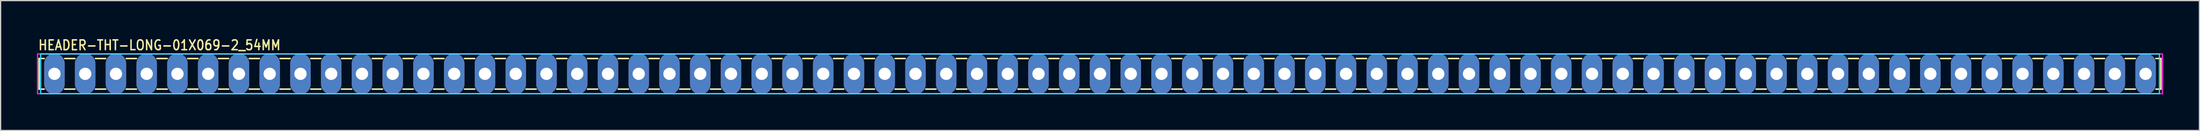
<source format=kicad_pcb>
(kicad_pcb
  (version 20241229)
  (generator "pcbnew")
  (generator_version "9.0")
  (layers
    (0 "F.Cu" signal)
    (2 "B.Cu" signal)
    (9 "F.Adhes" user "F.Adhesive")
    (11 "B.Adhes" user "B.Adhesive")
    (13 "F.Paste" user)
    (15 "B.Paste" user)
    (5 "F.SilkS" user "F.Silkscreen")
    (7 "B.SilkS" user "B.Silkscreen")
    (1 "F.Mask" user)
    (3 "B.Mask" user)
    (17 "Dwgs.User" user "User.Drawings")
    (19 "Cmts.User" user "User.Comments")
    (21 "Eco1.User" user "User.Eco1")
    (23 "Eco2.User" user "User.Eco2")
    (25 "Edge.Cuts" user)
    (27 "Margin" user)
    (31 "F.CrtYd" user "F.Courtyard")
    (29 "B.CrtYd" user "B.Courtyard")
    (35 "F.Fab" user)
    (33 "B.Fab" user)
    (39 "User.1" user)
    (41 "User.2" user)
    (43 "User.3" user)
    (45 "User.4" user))
  (footprint "HEADER-THT-LONG-01X069-2_54MM"
    (layer "F.Cu")
    (at 1.447 3.079)
    (property "Reference" "HEADER-THT-LONG-01X069-2_54MM" (at -1.4 -1.9 0) (unlocked yes) (layer "F.SilkS") (effects (font (size 0.813 0.695) (thickness 0.122)) (justify left bottom)))
    (fp_line (start -1.27 -1.27) (end -1.27 1.27) (stroke (width 0.127) (type solid)) (layer "F.SilkS"))
    (fp_line (start -1.27 1.27) (end -0.85 1.27) (stroke (width 0.127) (type solid)) (layer "F.SilkS"))
    (fp_line (start -0.85 -1.27) (end -1.27 -1.27) (stroke (width 0.127) (type solid)) (layer "F.SilkS"))
    (fp_line (start 0.85 -1.27) (end 1.69 -1.27) (stroke (width 0.127) (type solid)) (layer "F.SilkS"))
    (fp_line (start 0.85 1.27) (end 1.69 1.27) (stroke (width 0.127) (type solid)) (layer "F.SilkS"))
    (fp_line (start 3.39 -1.27) (end 4.23 -1.27) (stroke (width 0.127) (type solid)) (layer "F.SilkS"))
    (fp_line (start 3.39 1.27) (end 4.23 1.27) (stroke (width 0.127) (type solid)) (layer "F.SilkS"))
    (fp_line (start 5.93 -1.27) (end 6.77 -1.27) (stroke (width 0.127) (type solid)) (layer "F.SilkS"))
    (fp_line (start 5.93 1.27) (end 6.77 1.27) (stroke (width 0.127) (type solid)) (layer "F.SilkS"))
    (fp_line (start 8.47 -1.27) (end 9.31 -1.27) (stroke (width 0.127) (type solid)) (layer "F.SilkS"))
    (fp_line (start 8.47 1.27) (end 9.31 1.27) (stroke (width 0.127) (type solid)) (layer "F.SilkS"))
    (fp_line (start 11.01 -1.27) (end 11.85 -1.27) (stroke (width 0.127) (type solid)) (layer "F.SilkS"))
    (fp_line (start 11.01 1.27) (end 11.85 1.27) (stroke (width 0.127) (type solid)) (layer "F.SilkS"))
    (fp_line (start 13.55 -1.27) (end 14.39 -1.27) (stroke (width 0.127) (type solid)) (layer "F.SilkS"))
    (fp_line (start 13.55 1.27) (end 14.39 1.27) (stroke (width 0.127) (type solid)) (layer "F.SilkS"))
    (fp_line (start 16.09 -1.27) (end 16.93 -1.27) (stroke (width 0.127) (type solid)) (layer "F.SilkS"))
    (fp_line (start 16.09 1.27) (end 16.93 1.27) (stroke (width 0.127) (type solid)) (layer "F.SilkS"))
    (fp_line (start 18.63 -1.27) (end 19.47 -1.27) (stroke (width 0.127) (type solid)) (layer "F.SilkS"))
    (fp_line (start 18.63 1.27) (end 19.47 1.27) (stroke (width 0.127) (type solid)) (layer "F.SilkS"))
    (fp_line (start 21.17 -1.27) (end 22.01 -1.27) (stroke (width 0.127) (type solid)) (layer "F.SilkS"))
    (fp_line (start 21.17 1.27) (end 22.01 1.27) (stroke (width 0.127) (type solid)) (layer "F.SilkS"))
    (fp_line (start 23.71 -1.27) (end 24.55 -1.27) (stroke (width 0.127) (type solid)) (layer "F.SilkS"))
    (fp_line (start 23.71 1.27) (end 24.55 1.27) (stroke (width 0.127) (type solid)) (layer "F.SilkS"))
    (fp_line (start 26.25 -1.27) (end 27.09 -1.27) (stroke (width 0.127) (type solid)) (layer "F.SilkS"))
    (fp_line (start 26.25 1.27) (end 27.09 1.27) (stroke (width 0.127) (type solid)) (layer "F.SilkS"))
    (fp_line (start 28.79 -1.27) (end 29.63 -1.27) (stroke (width 0.127) (type solid)) (layer "F.SilkS"))
    (fp_line (start 28.79 1.27) (end 29.63 1.27) (stroke (width 0.127) (type solid)) (layer "F.SilkS"))
    (fp_line (start 31.33 -1.27) (end 32.17 -1.27) (stroke (width 0.127) (type solid)) (layer "F.SilkS"))
    (fp_line (start 31.33 1.27) (end 32.17 1.27) (stroke (width 0.127) (type solid)) (layer "F.SilkS"))
    (fp_line (start 33.87 -1.27) (end 34.71 -1.27) (stroke (width 0.127) (type solid)) (layer "F.SilkS"))
    (fp_line (start 33.87 1.27) (end 34.71 1.27) (stroke (width 0.127) (type solid)) (layer "F.SilkS"))
    (fp_line (start 36.41 -1.27) (end 37.25 -1.27) (stroke (width 0.127) (type solid)) (layer "F.SilkS"))
    (fp_line (start 36.41 1.27) (end 37.25 1.27) (stroke (width 0.127) (type solid)) (layer "F.SilkS"))
    (fp_line (start 38.95 -1.27) (end 39.79 -1.27) (stroke (width 0.127) (type solid)) (layer "F.SilkS"))
    (fp_line (start 38.95 1.27) (end 39.79 1.27) (stroke (width 0.127) (type solid)) (layer "F.SilkS"))
    (fp_line (start 41.49 -1.27) (end 42.33 -1.27) (stroke (width 0.127) (type solid)) (layer "F.SilkS"))
    (fp_line (start 41.49 1.27) (end 42.33 1.27) (stroke (width 0.127) (type solid)) (layer "F.SilkS"))
    (fp_line (start 44.03 -1.27) (end 44.87 -1.27) (stroke (width 0.127) (type solid)) (layer "F.SilkS"))
    (fp_line (start 44.03 1.27) (end 44.87 1.27) (stroke (width 0.127) (type solid)) (layer "F.SilkS"))
    (fp_line (start 46.57 -1.27) (end 47.41 -1.27) (stroke (width 0.127) (type solid)) (layer "F.SilkS"))
    (fp_line (start 46.57 1.27) (end 47.41 1.27) (stroke (width 0.127) (type solid)) (layer "F.SilkS"))
    (fp_line (start 49.11 -1.27) (end 49.95 -1.27) (stroke (width 0.127) (type solid)) (layer "F.SilkS"))
    (fp_line (start 49.11 1.27) (end 49.95 1.27) (stroke (width 0.127) (type solid)) (layer "F.SilkS"))
    (fp_line (start 51.65 -1.27) (end 52.49 -1.27) (stroke (width 0.127) (type solid)) (layer "F.SilkS"))
    (fp_line (start 51.65 1.27) (end 52.49 1.27) (stroke (width 0.127) (type solid)) (layer "F.SilkS"))
    (fp_line (start 54.19 -1.27) (end 55.03 -1.27) (stroke (width 0.127) (type solid)) (layer "F.SilkS"))
    (fp_line (start 54.19 1.27) (end 55.03 1.27) (stroke (width 0.127) (type solid)) (layer "F.SilkS"))
    (fp_line (start 56.73 -1.27) (end 57.57 -1.27) (stroke (width 0.127) (type solid)) (layer "F.SilkS"))
    (fp_line (start 56.73 1.27) (end 57.57 1.27) (stroke (width 0.127) (type solid)) (layer "F.SilkS"))
    (fp_line (start 59.27 -1.27) (end 60.11 -1.27) (stroke (width 0.127) (type solid)) (layer "F.SilkS"))
    (fp_line (start 59.27 1.27) (end 60.11 1.27) (stroke (width 0.127) (type solid)) (layer "F.SilkS"))
    (fp_line (start 61.81 -1.27) (end 62.65 -1.27) (stroke (width 0.127) (type solid)) (layer "F.SilkS"))
    (fp_line (start 61.81 1.27) (end 62.65 1.27) (stroke (width 0.127) (type solid)) (layer "F.SilkS"))
    (fp_line (start 64.35 -1.27) (end 65.19 -1.27) (stroke (width 0.127) (type solid)) (layer "F.SilkS"))
    (fp_line (start 64.35 1.27) (end 65.19 1.27) (stroke (width 0.127) (type solid)) (layer "F.SilkS"))
    (fp_line (start 66.89 -1.27) (end 67.73 -1.27) (stroke (width 0.127) (type solid)) (layer "F.SilkS"))
    (fp_line (start 66.89 1.27) (end 67.73 1.27) (stroke (width 0.127) (type solid)) (layer "F.SilkS"))
    (fp_line (start 69.43 -1.27) (end 70.27 -1.27) (stroke (width 0.127) (type solid)) (layer "F.SilkS"))
    (fp_line (start 69.43 1.27) (end 70.27 1.27) (stroke (width 0.127) (type solid)) (layer "F.SilkS"))
    (fp_line (start 71.97 -1.27) (end 72.81 -1.27) (stroke (width 0.127) (type solid)) (layer "F.SilkS"))
    (fp_line (start 71.97 1.27) (end 72.81 1.27) (stroke (width 0.127) (type solid)) (layer "F.SilkS"))
    (fp_line (start 74.51 -1.27) (end 75.35 -1.27) (stroke (width 0.127) (type solid)) (layer "F.SilkS"))
    (fp_line (start 74.51 1.27) (end 75.35 1.27) (stroke (width 0.127) (type solid)) (layer "F.SilkS"))
    (fp_line (start 77.05 -1.27) (end 77.89 -1.27) (stroke (width 0.127) (type solid)) (layer "F.SilkS"))
    (fp_line (start 77.05 1.27) (end 77.89 1.27) (stroke (width 0.127) (type solid)) (layer "F.SilkS"))
    (fp_line (start 79.59 -1.27) (end 80.43 -1.27) (stroke (width 0.127) (type solid)) (layer "F.SilkS"))
    (fp_line (start 79.59 1.27) (end 80.43 1.27) (stroke (width 0.127) (type solid)) (layer "F.SilkS"))
    (fp_line (start 82.13 -1.27) (end 82.97 -1.27) (stroke (width 0.127) (type solid)) (layer "F.SilkS"))
    (fp_line (start 82.13 1.27) (end 82.97 1.27) (stroke (width 0.127) (type solid)) (layer "F.SilkS"))
    (fp_line (start 84.67 -1.27) (end 85.51 -1.27) (stroke (width 0.127) (type solid)) (layer "F.SilkS"))
    (fp_line (start 84.67 1.27) (end 85.51 1.27) (stroke (width 0.127) (type solid)) (layer "F.SilkS"))
    (fp_line (start 87.21 -1.27) (end 88.05 -1.27) (stroke (width 0.127) (type solid)) (layer "F.SilkS"))
    (fp_line (start 87.21 1.27) (end 88.05 1.27) (stroke (width 0.127) (type solid)) (layer "F.SilkS"))
    (fp_line (start 89.75 -1.27) (end 90.59 -1.27) (stroke (width 0.127) (type solid)) (layer "F.SilkS"))
    (fp_line (start 89.75 1.27) (end 90.59 1.27) (stroke (width 0.127) (type solid)) (layer "F.SilkS"))
    (fp_line (start 92.29 -1.27) (end 93.13 -1.27) (stroke (width 0.127) (type solid)) (layer "F.SilkS"))
    (fp_line (start 92.29 1.27) (end 93.13 1.27) (stroke (width 0.127) (type solid)) (layer "F.SilkS"))
    (fp_line (start 94.83 -1.27) (end 95.67 -1.27) (stroke (width 0.127) (type solid)) (layer "F.SilkS"))
    (fp_line (start 94.83 1.27) (end 95.67 1.27) (stroke (width 0.127) (type solid)) (layer "F.SilkS"))
    (fp_line (start 97.37 -1.27) (end 98.21 -1.27) (stroke (width 0.127) (type solid)) (layer "F.SilkS"))
    (fp_line (start 97.37 1.27) (end 98.21 1.27) (stroke (width 0.127) (type solid)) (layer "F.SilkS"))
    (fp_line (start 99.91 -1.27) (end 100.75 -1.27) (stroke (width 0.127) (type solid)) (layer "F.SilkS"))
    (fp_line (start 99.91 1.27) (end 100.75 1.27) (stroke (width 0.127) (type solid)) (layer "F.SilkS"))
    (fp_line (start 102.45 -1.27) (end 103.29 -1.27) (stroke (width 0.127) (type solid)) (layer "F.SilkS"))
    (fp_line (start 102.45 1.27) (end 103.29 1.27) (stroke (width 0.127) (type solid)) (layer "F.SilkS"))
    (fp_line (start 104.99 -1.27) (end 105.83 -1.27) (stroke (width 0.127) (type solid)) (layer "F.SilkS"))
    (fp_line (start 104.99 1.27) (end 105.83 1.27) (stroke (width 0.127) (type solid)) (layer "F.SilkS"))
    (fp_line (start 107.53 -1.27) (end 108.37 -1.27) (stroke (width 0.127) (type solid)) (layer "F.SilkS"))
    (fp_line (start 107.53 1.27) (end 108.37 1.27) (stroke (width 0.127) (type solid)) (layer "F.SilkS"))
    (fp_line (start 110.07 -1.27) (end 110.91 -1.27) (stroke (width 0.127) (type solid)) (layer "F.SilkS"))
    (fp_line (start 110.07 1.27) (end 110.91 1.27) (stroke (width 0.127) (type solid)) (layer "F.SilkS"))
    (fp_line (start 112.61 -1.27) (end 113.45 -1.27) (stroke (width 0.127) (type solid)) (layer "F.SilkS"))
    (fp_line (start 112.61 1.27) (end 113.45 1.27) (stroke (width 0.127) (type solid)) (layer "F.SilkS"))
    (fp_line (start 115.15 -1.27) (end 115.99 -1.27) (stroke (width 0.127) (type solid)) (layer "F.SilkS"))
    (fp_line (start 115.15 1.27) (end 115.99 1.27) (stroke (width 0.127) (type solid)) (layer "F.SilkS"))
    (fp_line (start 117.69 -1.27) (end 118.53 -1.27) (stroke (width 0.127) (type solid)) (layer "F.SilkS"))
    (fp_line (start 117.69 1.27) (end 118.53 1.27) (stroke (width 0.127) (type solid)) (layer "F.SilkS"))
    (fp_line (start 120.23 -1.27) (end 121.07 -1.27) (stroke (width 0.127) (type solid)) (layer "F.SilkS"))
    (fp_line (start 120.23 1.27) (end 121.07 1.27) (stroke (width 0.127) (type solid)) (layer "F.SilkS"))
    (fp_line (start 122.77 -1.27) (end 123.61 -1.27) (stroke (width 0.127) (type solid)) (layer "F.SilkS"))
    (fp_line (start 122.77 1.27) (end 123.61 1.27) (stroke (width 0.127) (type solid)) (layer "F.SilkS"))
    (fp_line (start 125.31 -1.27) (end 126.15 -1.27) (stroke (width 0.127) (type solid)) (layer "F.SilkS"))
    (fp_line (start 125.31 1.27) (end 126.15 1.27) (stroke (width 0.127) (type solid)) (layer "F.SilkS"))
    (fp_line (start 127.85 -1.27) (end 128.69 -1.27) (stroke (width 0.127) (type solid)) (layer "F.SilkS"))
    (fp_line (start 127.85 1.27) (end 128.69 1.27) (stroke (width 0.127) (type solid)) (layer "F.SilkS"))
    (fp_line (start 130.39 -1.27) (end 131.23 -1.27) (stroke (width 0.127) (type solid)) (layer "F.SilkS"))
    (fp_line (start 130.39 1.27) (end 131.23 1.27) (stroke (width 0.127) (type solid)) (layer "F.SilkS"))
    (fp_line (start 132.93 -1.27) (end 133.77 -1.27) (stroke (width 0.127) (type solid)) (layer "F.SilkS"))
    (fp_line (start 132.93 1.27) (end 133.77 1.27) (stroke (width 0.127) (type solid)) (layer "F.SilkS"))
    (fp_line (start 135.47 -1.27) (end 136.31 -1.27) (stroke (width 0.127) (type solid)) (layer "F.SilkS"))
    (fp_line (start 135.47 1.27) (end 136.31 1.27) (stroke (width 0.127) (type solid)) (layer "F.SilkS"))
    (fp_line (start 138.01 -1.27) (end 138.85 -1.27) (stroke (width 0.127) (type solid)) (layer "F.SilkS"))
    (fp_line (start 138.01 1.27) (end 138.85 1.27) (stroke (width 0.127) (type solid)) (layer "F.SilkS"))
    (fp_line (start 140.55 -1.27) (end 141.39 -1.27) (stroke (width 0.127) (type solid)) (layer "F.SilkS"))
    (fp_line (start 140.55 1.27) (end 141.39 1.27) (stroke (width 0.127) (type solid)) (layer "F.SilkS"))
    (fp_line (start 143.09 -1.27) (end 143.93 -1.27) (stroke (width 0.127) (type solid)) (layer "F.SilkS"))
    (fp_line (start 143.09 1.27) (end 143.93 1.27) (stroke (width 0.127) (type solid)) (layer "F.SilkS"))
    (fp_line (start 145.63 -1.27) (end 146.47 -1.27) (stroke (width 0.127) (type solid)) (layer "F.SilkS"))
    (fp_line (start 145.63 1.27) (end 146.47 1.27) (stroke (width 0.127) (type solid)) (layer "F.SilkS"))
    (fp_line (start 148.17 -1.27) (end 149.01 -1.27) (stroke (width 0.127) (type solid)) (layer "F.SilkS"))
    (fp_line (start 148.17 1.27) (end 149.01 1.27) (stroke (width 0.127) (type solid)) (layer "F.SilkS"))
    (fp_line (start 150.71 -1.27) (end 151.55 -1.27) (stroke (width 0.127) (type solid)) (layer "F.SilkS"))
    (fp_line (start 150.71 1.27) (end 151.55 1.27) (stroke (width 0.127) (type solid)) (layer "F.SilkS"))
    (fp_line (start 153.25 -1.27) (end 154.09 -1.27) (stroke (width 0.127) (type solid)) (layer "F.SilkS"))
    (fp_line (start 153.25 1.27) (end 154.09 1.27) (stroke (width 0.127) (type solid)) (layer "F.SilkS"))
    (fp_line (start 155.79 -1.27) (end 156.63 -1.27) (stroke (width 0.127) (type solid)) (layer "F.SilkS"))
    (fp_line (start 155.79 1.27) (end 156.63 1.27) (stroke (width 0.127) (type solid)) (layer "F.SilkS"))
    (fp_line (start 158.33 -1.27) (end 159.17 -1.27) (stroke (width 0.127) (type solid)) (layer "F.SilkS"))
    (fp_line (start 158.33 1.27) (end 159.17 1.27) (stroke (width 0.127) (type solid)) (layer "F.SilkS"))
    (fp_line (start 160.87 -1.27) (end 161.71 -1.27) (stroke (width 0.127) (type solid)) (layer "F.SilkS"))
    (fp_line (start 160.87 1.27) (end 161.71 1.27) (stroke (width 0.127) (type solid)) (layer "F.SilkS"))
    (fp_line (start 163.41 -1.27) (end 164.25 -1.27) (stroke (width 0.127) (type solid)) (layer "F.SilkS"))
    (fp_line (start 163.41 1.27) (end 164.25 1.27) (stroke (width 0.127) (type solid)) (layer "F.SilkS"))
    (fp_line (start 165.95 -1.27) (end 166.79 -1.27) (stroke (width 0.127) (type solid)) (layer "F.SilkS"))
    (fp_line (start 165.95 1.27) (end 166.79 1.27) (stroke (width 0.127) (type solid)) (layer "F.SilkS"))
    (fp_line (start 168.49 -1.27) (end 169.33 -1.27) (stroke (width 0.127) (type solid)) (layer "F.SilkS"))
    (fp_line (start 168.49 1.27) (end 169.33 1.27) (stroke (width 0.127) (type solid)) (layer "F.SilkS"))
    (fp_line (start 171.03 -1.27) (end 171.87 -1.27) (stroke (width 0.127) (type solid)) (layer "F.SilkS"))
    (fp_line (start 171.03 1.27) (end 171.87 1.27) (stroke (width 0.127) (type solid)) (layer "F.SilkS"))
    (fp_line (start 173.57 -1.27) (end 173.99 -1.27) (stroke (width 0.127) (type solid)) (layer "F.SilkS"))
    (fp_line (start 173.99 -1.27) (end 173.99 1.27) (stroke (width 0.127) (type solid)) (layer "F.SilkS"))
    (fp_line (start 173.99 1.27) (end 173.57 1.27) (stroke (width 0.127) (type solid)) (layer "F.SilkS"))
    (fp_poly (pts (xy -1.143 -1.651) (xy 173.863 -1.651) (xy 173.863 1.651) (xy -1.143 1.651)) (stroke (width 0.1) (type solid)) (fill no) (layer "B.CrtYd"))
    (fp_poly (pts (xy -1.397 -1.651) (xy 174.117 -1.651) (xy 174.117 1.651) (xy -1.397 1.651)) (stroke (width 0.1) (type solid)) (fill no) (layer "F.CrtYd"))
    (pad "P$1" thru_hole oval (at 0 0 90) (size 3.387 1.693) (drill 1.016) (layers "*.Cu" "*.Mask"))
    (pad "P$2" thru_hole oval (at 2.54 0 90) (size 3.387 1.693) (drill 1.016) (layers "*.Cu" "*.Mask"))
    (pad "P$3" thru_hole oval (at 5.08 0 90) (size 3.387 1.693) (drill 1.016) (layers "*.Cu" "*.Mask"))
    (pad "P$4" thru_hole oval (at 7.62 0 90) (size 3.387 1.693) (drill 1.016) (layers "*.Cu" "*.Mask"))
    (pad "P$5" thru_hole oval (at 10.16 0 90) (size 3.387 1.693) (drill 1.016) (layers "*.Cu" "*.Mask"))
    (pad "P$6" thru_hole oval (at 12.7 0 90) (size 3.387 1.693) (drill 1.016) (layers "*.Cu" "*.Mask"))
    (pad "P$7" thru_hole oval (at 15.24 0 90) (size 3.387 1.693) (drill 1.016) (layers "*.Cu" "*.Mask"))
    (pad "P$8" thru_hole oval (at 17.78 0 90) (size 3.387 1.693) (drill 1.016) (layers "*.Cu" "*.Mask"))
    (pad "P$9" thru_hole oval (at 20.32 0 90) (size 3.387 1.693) (drill 1.016) (layers "*.Cu" "*.Mask"))
    (pad "P$10" thru_hole oval (at 22.86 0 90) (size 3.387 1.693) (drill 1.016) (layers "*.Cu" "*.Mask"))
    (pad "P$11" thru_hole oval (at 25.4 0 90) (size 3.387 1.693) (drill 1.016) (layers "*.Cu" "*.Mask"))
    (pad "P$12" thru_hole oval (at 27.94 0 90) (size 3.387 1.693) (drill 1.016) (layers "*.Cu" "*.Mask"))
    (pad "P$13" thru_hole oval (at 30.48 0 90) (size 3.387 1.693) (drill 1.016) (layers "*.Cu" "*.Mask"))
    (pad "P$14" thru_hole oval (at 33.02 0 90) (size 3.387 1.693) (drill 1.016) (layers "*.Cu" "*.Mask"))
    (pad "P$15" thru_hole oval (at 35.56 0 90) (size 3.387 1.693) (drill 1.016) (layers "*.Cu" "*.Mask"))
    (pad "P$16" thru_hole oval (at 38.1 0 90) (size 3.387 1.693) (drill 1.016) (layers "*.Cu" "*.Mask"))
    (pad "P$17" thru_hole oval (at 40.64 0 90) (size 3.387 1.693) (drill 1.016) (layers "*.Cu" "*.Mask"))
    (pad "P$18" thru_hole oval (at 43.18 0 90) (size 3.387 1.693) (drill 1.016) (layers "*.Cu" "*.Mask"))
    (pad "P$19" thru_hole oval (at 45.72 0 90) (size 3.387 1.693) (drill 1.016) (layers "*.Cu" "*.Mask"))
    (pad "P$20" thru_hole oval (at 48.26 0 90) (size 3.387 1.693) (drill 1.016) (layers "*.Cu" "*.Mask"))
    (pad "P$21" thru_hole oval (at 50.8 0 90) (size 3.387 1.693) (drill 1.016) (layers "*.Cu" "*.Mask"))
    (pad "P$22" thru_hole oval (at 53.34 0 90) (size 3.387 1.693) (drill 1.016) (layers "*.Cu" "*.Mask"))
    (pad "P$23" thru_hole oval (at 55.88 0 90) (size 3.387 1.693) (drill 1.016) (layers "*.Cu" "*.Mask"))
    (pad "P$24" thru_hole oval (at 58.42 0 90) (size 3.387 1.693) (drill 1.016) (layers "*.Cu" "*.Mask"))
    (pad "P$25" thru_hole oval (at 60.96 0 90) (size 3.387 1.693) (drill 1.016) (layers "*.Cu" "*.Mask"))
    (pad "P$26" thru_hole oval (at 63.5 0 90) (size 3.387 1.693) (drill 1.016) (layers "*.Cu" "*.Mask"))
    (pad "P$27" thru_hole oval (at 66.04 0 90) (size 3.387 1.693) (drill 1.016) (layers "*.Cu" "*.Mask"))
    (pad "P$28" thru_hole oval (at 68.58 0 90) (size 3.387 1.693) (drill 1.016) (layers "*.Cu" "*.Mask"))
    (pad "P$29" thru_hole oval (at 71.12 0 90) (size 3.387 1.693) (drill 1.016) (layers "*.Cu" "*.Mask"))
    (pad "P$30" thru_hole oval (at 73.66 0 90) (size 3.387 1.693) (drill 1.016) (layers "*.Cu" "*.Mask"))
    (pad "P$31" thru_hole oval (at 76.2 0 90) (size 3.387 1.693) (drill 1.016) (layers "*.Cu" "*.Mask"))
    (pad "P$32" thru_hole oval (at 78.74 0 90) (size 3.387 1.693) (drill 1.016) (layers "*.Cu" "*.Mask"))
    (pad "P$33" thru_hole oval (at 81.28 0 90) (size 3.387 1.693) (drill 1.016) (layers "*.Cu" "*.Mask"))
    (pad "P$34" thru_hole oval (at 83.82 0 90) (size 3.387 1.693) (drill 1.016) (layers "*.Cu" "*.Mask"))
    (pad "P$35" thru_hole oval (at 86.36 0 90) (size 3.387 1.693) (drill 1.016) (layers "*.Cu" "*.Mask"))
    (pad "P$36" thru_hole oval (at 88.9 0 90) (size 3.387 1.693) (drill 1.016) (layers "*.Cu" "*.Mask"))
    (pad "P$37" thru_hole oval (at 91.44 0 90) (size 3.387 1.693) (drill 1.016) (layers "*.Cu" "*.Mask"))
    (pad "P$38" thru_hole oval (at 93.98 0 90) (size 3.387 1.693) (drill 1.016) (layers "*.Cu" "*.Mask"))
    (pad "P$39" thru_hole oval (at 96.52 0 90) (size 3.387 1.693) (drill 1.016) (layers "*.Cu" "*.Mask"))
    (pad "P$40" thru_hole oval (at 99.06 0 90) (size 3.387 1.693) (drill 1.016) (layers "*.Cu" "*.Mask"))
    (pad "P$41" thru_hole oval (at 101.6 0 90) (size 3.387 1.693) (drill 1.016) (layers "*.Cu" "*.Mask"))
    (pad "P$42" thru_hole oval (at 104.14 0 90) (size 3.387 1.693) (drill 1.016) (layers "*.Cu" "*.Mask"))
    (pad "P$43" thru_hole oval (at 106.68 0 90) (size 3.387 1.693) (drill 1.016) (layers "*.Cu" "*.Mask"))
    (pad "P$44" thru_hole oval (at 109.22 0 90) (size 3.387 1.693) (drill 1.016) (layers "*.Cu" "*.Mask"))
    (pad "P$45" thru_hole oval (at 111.76 0 90) (size 3.387 1.693) (drill 1.016) (layers "*.Cu" "*.Mask"))
    (pad "P$46" thru_hole oval (at 114.3 0 90) (size 3.387 1.693) (drill 1.016) (layers "*.Cu" "*.Mask"))
    (pad "P$47" thru_hole oval (at 116.84 0 90) (size 3.387 1.693) (drill 1.016) (layers "*.Cu" "*.Mask"))
    (pad "P$48" thru_hole oval (at 119.38 0 90) (size 3.387 1.693) (drill 1.016) (layers "*.Cu" "*.Mask"))
    (pad "P$49" thru_hole oval (at 121.92 0 90) (size 3.387 1.693) (drill 1.016) (layers "*.Cu" "*.Mask"))
    (pad "P$50" thru_hole oval (at 124.46 0 90) (size 3.387 1.693) (drill 1.016) (layers "*.Cu" "*.Mask"))
    (pad "P$51" thru_hole oval (at 127 0 90) (size 3.387 1.693) (drill 1.016) (layers "*.Cu" "*.Mask"))
    (pad "P$52" thru_hole oval (at 129.54 0 90) (size 3.387 1.693) (drill 1.016) (layers "*.Cu" "*.Mask"))
    (pad "P$53" thru_hole oval (at 132.08 0 90) (size 3.387 1.693) (drill 1.016) (layers "*.Cu" "*.Mask"))
    (pad "P$54" thru_hole oval (at 134.62 0 90) (size 3.387 1.693) (drill 1.016) (layers "*.Cu" "*.Mask"))
    (pad "P$55" thru_hole oval (at 137.16 0 90) (size 3.387 1.693) (drill 1.016) (layers "*.Cu" "*.Mask"))
    (pad "P$56" thru_hole oval (at 139.7 0 90) (size 3.387 1.693) (drill 1.016) (layers "*.Cu" "*.Mask"))
    (pad "P$57" thru_hole oval (at 142.24 0 90) (size 3.387 1.693) (drill 1.016) (layers "*.Cu" "*.Mask"))
    (pad "P$58" thru_hole oval (at 144.78 0 90) (size 3.387 1.693) (drill 1.016) (layers "*.Cu" "*.Mask"))
    (pad "P$59" thru_hole oval (at 147.32 0 90) (size 3.387 1.693) (drill 1.016) (layers "*.Cu" "*.Mask"))
    (pad "P$60" thru_hole oval (at 149.86 0 90) (size 3.387 1.693) (drill 1.016) (layers "*.Cu" "*.Mask"))
    (pad "P$61" thru_hole oval (at 152.4 0 90) (size 3.387 1.693) (drill 1.016) (layers "*.Cu" "*.Mask"))
    (pad "P$62" thru_hole oval (at 154.94 0 90) (size 3.387 1.693) (drill 1.016) (layers "*.Cu" "*.Mask"))
    (pad "P$63" thru_hole oval (at 157.48 0 90) (size 3.387 1.693) (drill 1.016) (layers "*.Cu" "*.Mask"))
    (pad "P$64" thru_hole oval (at 160.02 0 90) (size 3.387 1.693) (drill 1.016) (layers "*.Cu" "*.Mask"))
    (pad "P$65" thru_hole oval (at 162.56 0 90) (size 3.387 1.693) (drill 1.016) (layers "*.Cu" "*.Mask"))
    (pad "P$66" thru_hole oval (at 165.1 0 90) (size 3.387 1.693) (drill 1.016) (layers "*.Cu" "*.Mask"))
    (pad "P$67" thru_hole oval (at 167.64 0 90) (size 3.387 1.693) (drill 1.016) (layers "*.Cu" "*.Mask"))
    (pad "P$68" thru_hole oval (at 170.18 0 90) (size 3.387 1.693) (drill 1.016) (layers "*.Cu" "*.Mask"))
    (pad "P$69" thru_hole oval (at 172.72 0 90) (size 3.387 1.693) (drill 1.016) (layers "*.Cu" "*.Mask")))
  (gr_rect
    (start -3 -3)
    (end 178.614 7.78)
    (stroke (width 0.1) (type default))
    (fill no)
    (layer "Edge.Cuts")))
</source>
